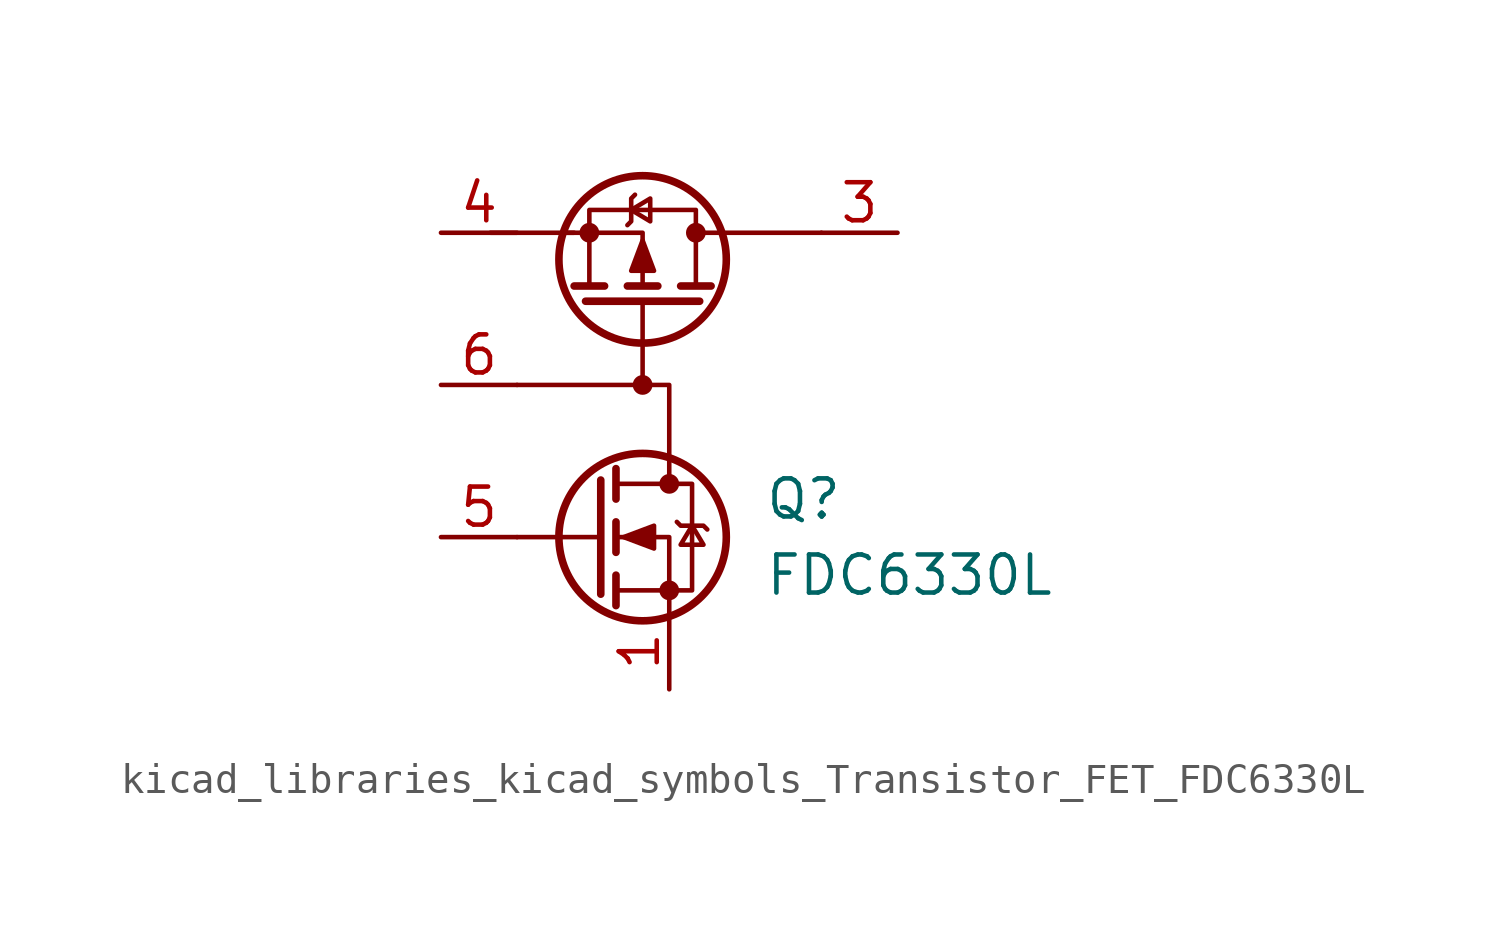
<source format=kicad_sym>
(kicad_symbol_lib
  (version 20220914)
  (generator kicad_symbol_editor)
  (symbol "kicad_libraries_kicad_symbols_Transistor_FET_FDC6330L"
    (pin_names hide)
    (property "Reference" "Q"
      (at 3.175 -1.27 0)
      (effects (font (size 1.27 1.27)) (justify left)))
    (property "Value" "FDC6330L"
      (at 3.175 -3.81 0)
      (effects (font (size 1.27 1.27)) (justify left)))
    (symbol "kicad_libraries_kicad_symbols_Transistor_FET_FDC6330L_0_1"
      (circle (center -0.889 -2.54) (radius 2.794) (stroke (width 0.254) (type default)) (fill (type none)))
      (circle (center 0 -4.318) (radius 0.254) (stroke (width 0) (type default)) (fill (type outline)))
      (circle (center 0 -0.762) (radius 0.254) (stroke (width 0) (type default)) (fill (type outline)))
      (polyline (pts (xy -2.286 -2.54) (xy -5.08 -2.54)) (stroke (width 0) (type default)) (fill (type none)))
      (polyline (pts (xy -2.286 -0.635) (xy -2.286 -4.445)) (stroke (width 0.254) (type default)) (fill (type none)))
      (polyline (pts (xy -1.778 -3.81) (xy -1.778 -4.826)) (stroke (width 0.254) (type default)) (fill (type none)))
      (polyline (pts (xy -1.778 -2.032) (xy -1.778 -3.048)) (stroke (width 0.254) (type default)) (fill (type none)))
      (polyline (pts (xy -1.778 -0.254) (xy -1.778 -1.27)) (stroke (width 0.254) (type default)) (fill (type none)))
      (polyline (pts (xy 0 0) (xy 0 -0.762)) (stroke (width 0) (type default)) (fill (type none)))
      (polyline (pts (xy 5.08 7.62) (xy 1.651 7.62)) (stroke (width 0) (type default)) (fill (type none)))
      (polyline (pts (xy -5.08 2.54) (xy 0 2.54) (xy 0 0)) (stroke (width 0) (type default)) (fill (type none)))
      (polyline (pts (xy 0 -5.08) (xy 0 -2.54) (xy -1.778 -2.54)) (stroke (width 0) (type default)) (fill (type none)))
      (polyline (pts (xy -1.778 -4.318) (xy 0.762 -4.318) (xy 0.762 -0.762) (xy -1.778 -0.762)) (stroke (width 0) (type default)) (fill (type none))))
    (symbol "kicad_libraries_kicad_symbols_Transistor_FET_FDC6330L_1_1"
      (circle (center -2.667 7.62) (radius 0.254) (stroke (width 0) (type default)) (fill (type outline)))
      (circle (center -0.889 2.54) (radius 0.254) (stroke (width 0) (type default)) (fill (type outline)))
      (circle (center -0.889 6.731) (radius 2.794) (stroke (width 0.254) (type default)) (fill (type none)))
      (polyline (pts (xy -3.175 7.62) (xy -5.969 7.62)) (stroke (width 0) (type default)) (fill (type none)))
      (polyline (pts (xy -2.159 5.842) (xy -3.175 5.842)) (stroke (width 0.254) (type default)) (fill (type none)))
      (polyline (pts (xy -0.889 5.334) (xy -0.889 2.54)) (stroke (width 0) (type default)) (fill (type none)))
      (polyline (pts (xy -0.381 5.842) (xy -1.397 5.842)) (stroke (width 0.254) (type default)) (fill (type none)))
      (polyline (pts (xy 1.016 5.334) (xy -2.794 5.334)) (stroke (width 0.254) (type default)) (fill (type none)))
      (polyline (pts (xy 1.397 5.842) (xy 0.381 5.842)) (stroke (width 0.254) (type default)) (fill (type none)))
      (polyline (pts (xy 1.651 7.62) (xy 0.889 7.62)) (stroke (width 0) (type default)) (fill (type none)))
      (polyline (pts (xy -3.429 7.62) (xy -0.889 7.62) (xy -0.889 5.842)) (stroke (width 0) (type default)) (fill (type none)))
      (polyline (pts (xy -2.667 5.842) (xy -2.667 8.382) (xy 0.889 8.382) (xy 0.889 5.842)) (stroke (width 0) (type default)) (fill (type none)))
      (polyline (pts (xy -1.524 -2.54) (xy -0.508 -2.159) (xy -0.508 -2.921) (xy -1.524 -2.54)) (stroke (width 0) (type default)) (fill (type outline)))
      (polyline (pts (xy -1.397 7.874) (xy -1.27 8.001) (xy -1.27 8.763) (xy -1.143 8.89)) (stroke (width 0) (type default)) (fill (type none)))
      (polyline (pts (xy -1.27 8.382) (xy -0.635 8.001) (xy -0.635 8.763) (xy -1.27 8.382)) (stroke (width 0) (type default)) (fill (type none)))
      (polyline (pts (xy -0.889 7.366) (xy -0.508 6.35) (xy -1.27 6.35) (xy -0.889 7.366)) (stroke (width 0) (type default)) (fill (type outline)))
      (polyline (pts (xy 0.254 -2.032) (xy 0.381 -2.159) (xy 1.143 -2.159) (xy 1.27 -2.286)) (stroke (width 0) (type default)) (fill (type none)))
      (polyline (pts (xy 0.762 -2.159) (xy 0.381 -2.794) (xy 1.143 -2.794) (xy 0.762 -2.159)) (stroke (width 0) (type default)) (fill (type none)))
      (circle (center 0.889 7.62) (radius 0.254) (stroke (width 0) (type default)) (fill (type outline)))
      (pin passive line (at 0 -7.62 90) (length 2.54) (name "S1" (effects (font (size 1.27 1.27)))) (number "1" (effects (font (size 1.27 1.27)))))
      (pin passive line (at 7.62 7.62 180) (length 2.54) hide (name "D2" (effects (font (size 1.27 1.27)))) (number "2" (effects (font (size 1.27 1.27)))))
      (pin passive line (at 7.62 7.62 180) (length 2.54) (name "D2" (effects (font (size 1.27 1.27)))) (number "3" (effects (font (size 1.27 1.27)))))
      (pin passive line (at -7.62 7.62 0) (length 2.54) (name "S2" (effects (font (size 1.27 1.27)))) (number "4" (effects (font (size 1.27 1.27)))))
      (pin passive line (at -7.62 -2.54 0) (length 2.54) (name "G1" (effects (font (size 1.27 1.27)))) (number "5" (effects (font (size 1.27 1.27)))))
      (pin passive line (at -7.62 2.54 0) (length 2.54) (name "D1" (effects (font (size 1.27 1.27)))) (number "6" (effects (font (size 1.27 1.27))))))))
</source>
